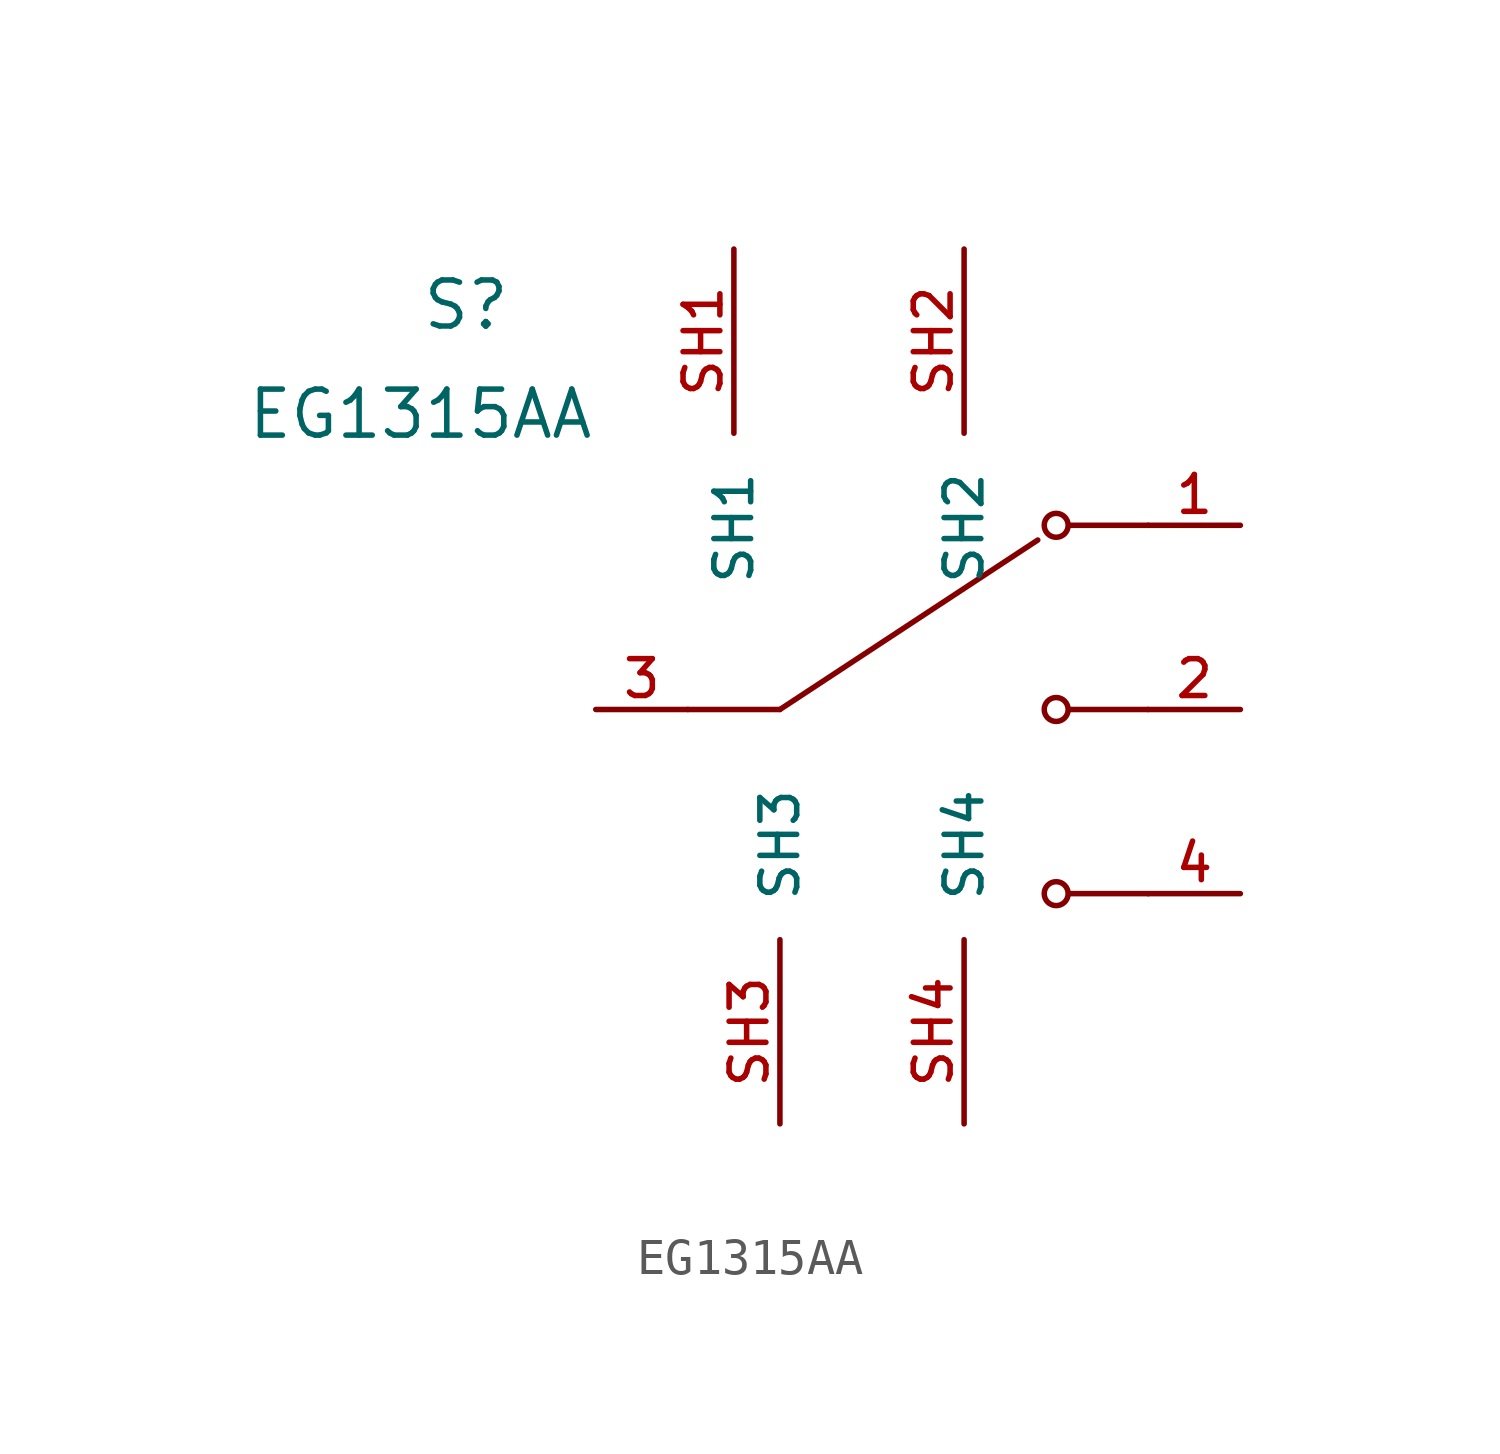
<source format=kicad_sym>
(kicad_symbol_lib
  (version 20241209)
  (generator "kicad_symbol_editor")
  (generator_version "9.0")
  (symbol "EG1315AA"
    (pin_names
      (offset 1.016))
    (property "Reference" "S"
      (at -14.986 10.414 0)
      (effects (font (size 1.27 1.27)) (justify left bottom)))
    (property "Value" "EG1315AA"
      (at -19.812 8.89 0)
      (effects (font (size 1.27 1.27)) (justify left top)))
    (symbol "EG1315AA_0_0"
      (polyline (pts (xy -5.08 0) (xy -7.62 0)) (stroke (width 0.152) (type default)) (fill (type none)))
      (polyline (pts (xy -5.08 0) (xy 2.032 4.674)) (stroke (width 0.152) (type default)) (fill (type none)))
      (circle (center 2.54 5.08) (radius 0.33) (stroke (width 0.152) (type default)) (fill (type none)))
      (circle (center 2.54 0) (radius 0.33) (stroke (width 0.152) (type default)) (fill (type none)))
      (circle (center 2.54 -5.08) (radius 0.33) (stroke (width 0.152) (type default)) (fill (type none)))
      (polyline (pts (xy 5.08 5.08) (xy 2.921 5.08)) (stroke (width 0.152) (type default)) (fill (type none)))
      (polyline (pts (xy 5.08 0) (xy 2.921 0)) (stroke (width 0.152) (type default)) (fill (type none)))
      (polyline (pts (xy 5.08 -5.08) (xy 2.921 -5.08)) (stroke (width 0.152) (type default)) (fill (type none)))
      (pin passive line (at -10.16 0 0) (length 2.54) (name "~" (effects (font (size 1.016 1.016)))) (number "3" (effects (font (size 1.016 1.016)))))
      (pin passive line (at 7.62 5.08 180) (length 2.54) (name "~" (effects (font (size 1.016 1.016)))) (number "1" (effects (font (size 1.016 1.016)))))
      (pin passive line (at 7.62 0 180) (length 2.54) (name "~" (effects (font (size 1.016 1.016)))) (number "2" (effects (font (size 1.016 1.016)))))
      (pin passive line (at 7.62 -5.08 180) (length 2.54) (name "~" (effects (font (size 1.016 1.016)))) (number "4" (effects (font (size 1.016 1.016))))))
    (symbol "EG1315AA_1_0"
      (pin passive line (at -6.35 12.7 270) (length 5.08) (name "SH1" (effects (font (size 1.016 1.016)))) (number "SH1" (effects (font (size 1.016 1.016)))))
      (pin passive line (at -5.08 -11.43 90) (length 5.08) (name "SH3" (effects (font (size 1.016 1.016)))) (number "SH3" (effects (font (size 1.016 1.016)))))
      (pin passive line (at 0 12.7 270) (length 5.08) (name "SH2" (effects (font (size 1.016 1.016)))) (number "SH2" (effects (font (size 1.016 1.016)))))
      (pin passive line (at 0 -11.43 90) (length 5.08) (name "SH4" (effects (font (size 1.016 1.016)))) (number "SH4" (effects (font (size 1.016 1.016))))))))
</source>
